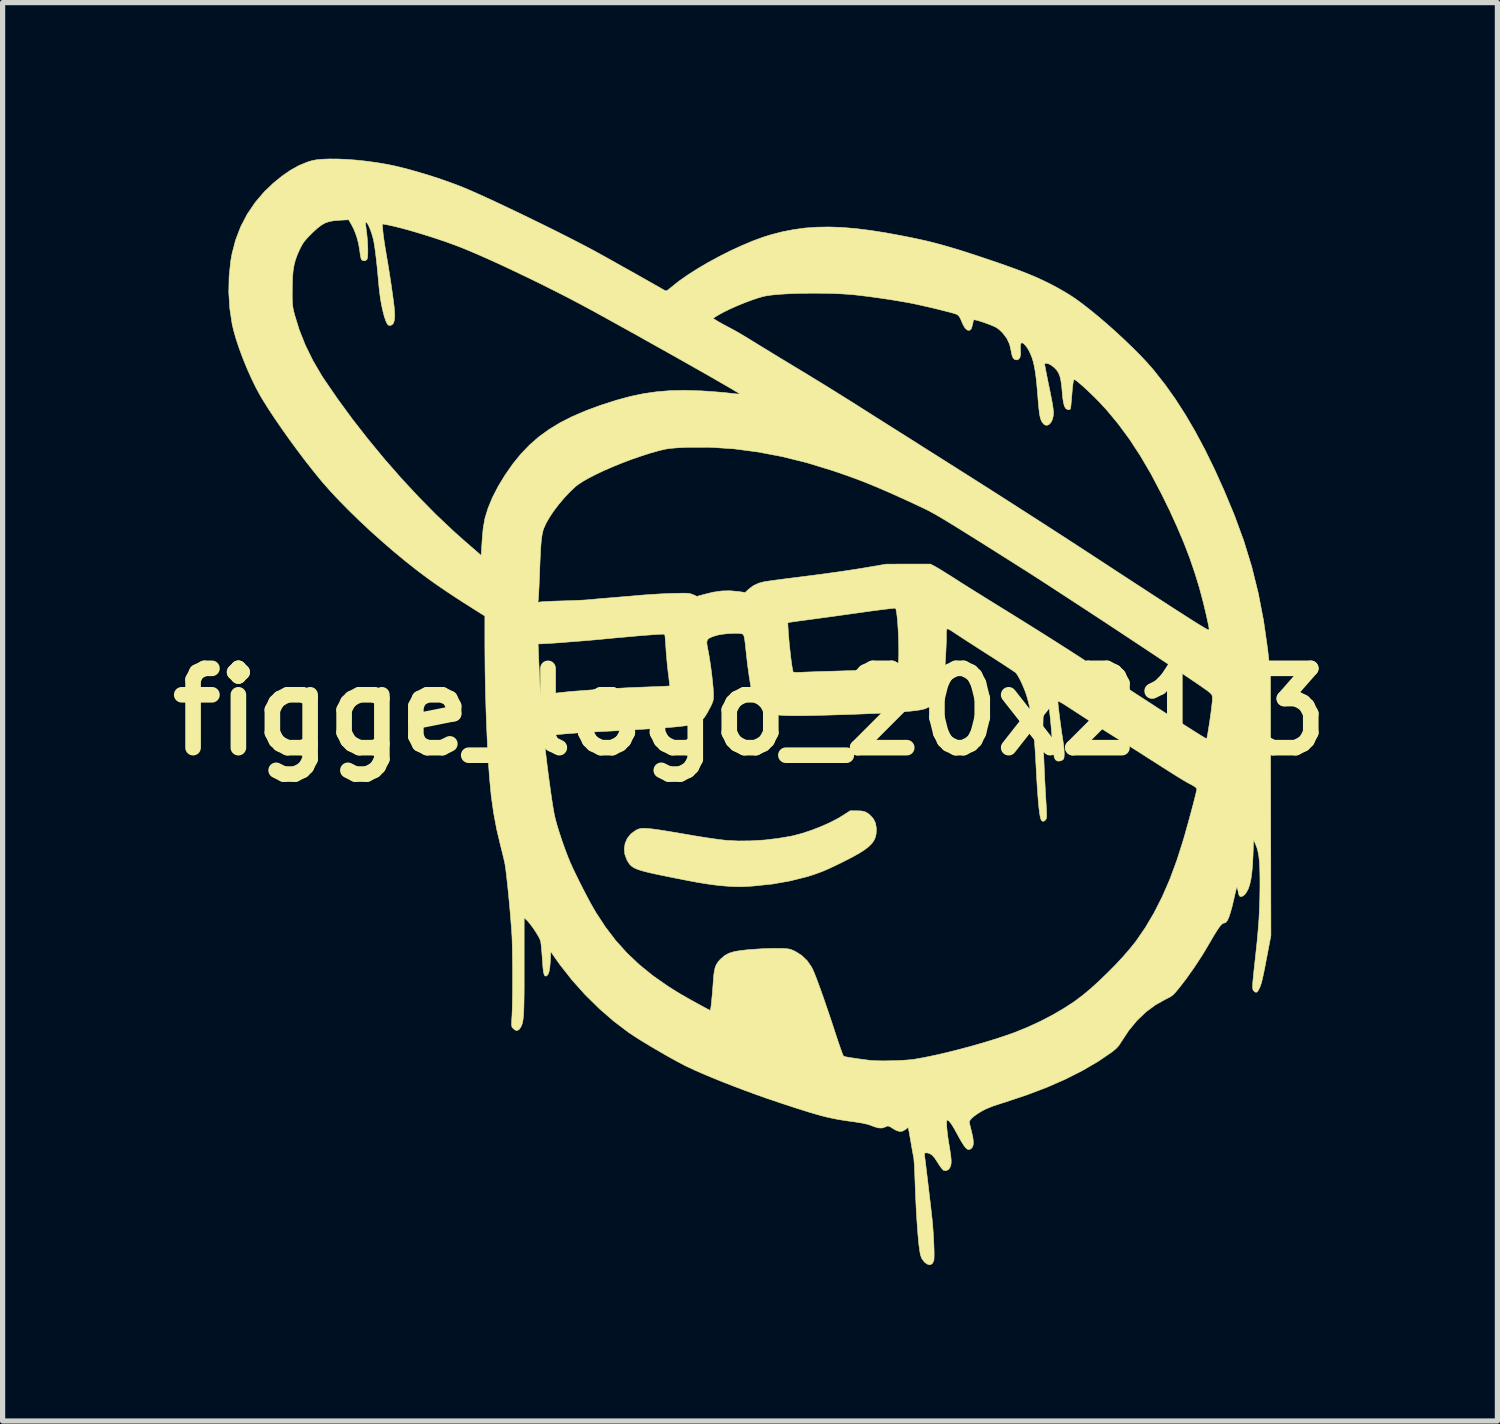
<source format=kicad_pcb>
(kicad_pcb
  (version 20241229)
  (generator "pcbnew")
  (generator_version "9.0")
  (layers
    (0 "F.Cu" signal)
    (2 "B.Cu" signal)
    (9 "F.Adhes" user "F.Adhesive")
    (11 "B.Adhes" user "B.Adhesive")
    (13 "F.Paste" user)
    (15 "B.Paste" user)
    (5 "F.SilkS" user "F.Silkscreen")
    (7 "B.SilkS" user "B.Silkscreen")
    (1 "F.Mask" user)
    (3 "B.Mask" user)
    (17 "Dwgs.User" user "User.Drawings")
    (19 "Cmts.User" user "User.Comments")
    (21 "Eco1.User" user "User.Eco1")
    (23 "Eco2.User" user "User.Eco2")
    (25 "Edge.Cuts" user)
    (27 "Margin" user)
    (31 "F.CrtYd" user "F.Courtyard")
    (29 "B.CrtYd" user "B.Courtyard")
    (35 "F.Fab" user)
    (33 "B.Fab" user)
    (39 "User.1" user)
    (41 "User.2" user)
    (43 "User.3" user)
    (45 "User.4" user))
  (footprint "figge_logo_20x21,3"
    (layer "F.Cu")
    (at 11.365 10.63)
    (property "Reference" "figge_logo_20x21,3" (at 0 0 0) (layer "F.SilkS") (effects (font (size 1.524 1.524) (thickness 0.3))))
    (attr through_hole)
    (fp_poly (pts (xy 2.127 1.905) (xy 2.186 1.914) (xy 2.233 1.932) (xy 2.278 1.962) (xy 2.303 1.983) (xy 2.37 2.055) (xy 2.41 2.135) (xy 2.427 2.23) (xy 2.428 2.273) (xy 2.424 2.346) (xy 2.408 2.414) (xy 2.38 2.476) (xy 2.337 2.536) (xy 2.276 2.595) (xy 2.196 2.656) (xy 2.094 2.721) (xy 1.968 2.791) (xy 1.816 2.869) (xy 1.738 2.908) (xy 1.608 2.971) (xy 1.5 3.021) (xy 1.405 3.062) (xy 1.316 3.096) (xy 1.228 3.127) (xy 1.133 3.158) (xy 1.091 3.17) (xy 0.772 3.25) (xy 0.434 3.31) (xy 0.083 3.347) (xy 0.047 3.35) (xy -0.05 3.356) (xy -0.126 3.36) (xy -0.189 3.362) (xy -0.249 3.361) (xy -0.316 3.359) (xy -0.393 3.355) (xy -0.502 3.347) (xy -0.616 3.336) (xy -0.738 3.321) (xy -0.872 3.301) (xy -1.023 3.276) (xy -1.194 3.244) (xy -1.389 3.206) (xy -1.533 3.177) (xy -1.704 3.142) (xy -1.847 3.112) (xy -1.965 3.085) (xy -2.061 3.06) (xy -2.138 3.037) (xy -2.198 3.014) (xy -2.245 2.989) (xy -2.282 2.962) (xy -2.312 2.932) (xy -2.337 2.897) (xy -2.361 2.856) (xy -2.364 2.851) (xy -2.405 2.744) (xy -2.417 2.636) (xy -2.401 2.531) (xy -2.359 2.433) (xy -2.291 2.349) (xy -2.21 2.288) (xy -2.183 2.272) (xy -2.156 2.259) (xy -2.128 2.25) (xy -2.095 2.243) (xy -2.056 2.24) (xy -2.007 2.24) (xy -1.946 2.245) (xy -1.871 2.253) (xy -1.78 2.265) (xy -1.668 2.282) (xy -1.535 2.304) (xy -1.377 2.33) (xy -1.192 2.362) (xy -1.077 2.382) (xy -0.953 2.402) (xy -0.826 2.422) (xy -0.703 2.44) (xy -0.592 2.455) (xy -0.5 2.466) (xy -0.456 2.471) (xy -0.225 2.483) (xy 0.024 2.48) (xy 0.281 2.464) (xy 0.536 2.434) (xy 0.778 2.393) (xy 0.834 2.381) (xy 1.004 2.336) (xy 1.185 2.276) (xy 1.367 2.205) (xy 1.541 2.127) (xy 1.698 2.045) (xy 1.779 1.996) (xy 1.924 1.903) (xy 2.046 1.903) (xy 2.127 1.905)) (stroke (width 0.01) (type solid)) (fill yes) (layer "F.SilkS"))
    (fp_poly (pts (xy -7.916 -10.624) (xy -7.74 -10.616) (xy -7.555 -10.602) (xy -7.364 -10.581) (xy -7.171 -10.554) (xy -6.98 -10.522) (xy -6.967 -10.52) (xy -6.784 -10.481) (xy -6.581 -10.43) (xy -6.365 -10.369) (xy -6.142 -10.302) (xy -5.922 -10.229) (xy -5.711 -10.154) (xy -5.516 -10.079) (xy -5.418 -10.038) (xy -5.25 -9.964) (xy -5.06 -9.878) (xy -4.853 -9.782) (xy -4.633 -9.678) (xy -4.404 -9.569) (xy -4.172 -9.456) (xy -3.941 -9.343) (xy -3.715 -9.231) (xy -3.499 -9.122) (xy -3.298 -9.019) (xy -3.116 -8.924) (xy -2.957 -8.839) (xy -2.941 -8.83) (xy -2.869 -8.79) (xy -2.776 -8.739) (xy -2.667 -8.678) (xy -2.546 -8.61) (xy -2.418 -8.538) (xy -2.285 -8.464) (xy -2.154 -8.39) (xy -2.028 -8.319) (xy -1.912 -8.253) (xy -1.809 -8.195) (xy -1.723 -8.146) (xy -1.661 -8.11) (xy -1.649 -8.103) (xy -1.627 -8.092) (xy -1.608 -8.091) (xy -1.584 -8.102) (xy -1.55 -8.129) (xy -1.515 -8.158) (xy -1.371 -8.273) (xy -1.202 -8.392) (xy -1.013 -8.513) (xy -0.809 -8.633) (xy -0.595 -8.749) (xy -0.377 -8.859) (xy -0.16 -8.959) (xy 0.051 -9.048) (xy 0.25 -9.121) (xy 0.406 -9.17) (xy 0.624 -9.226) (xy 0.841 -9.268) (xy 1.061 -9.298) (xy 1.286 -9.314) (xy 1.521 -9.318) (xy 1.768 -9.309) (xy 2.031 -9.287) (xy 2.313 -9.252) (xy 2.618 -9.204) (xy 2.862 -9.159) (xy 3.043 -9.124) (xy 3.208 -9.09) (xy 3.362 -9.056) (xy 3.512 -9.02) (xy 3.662 -8.98) (xy 3.817 -8.936) (xy 3.982 -8.887) (xy 4.164 -8.83) (xy 4.366 -8.764) (xy 4.515 -8.714) (xy 4.755 -8.633) (xy 4.968 -8.558) (xy 5.157 -8.489) (xy 5.328 -8.422) (xy 5.483 -8.358) (xy 5.625 -8.293) (xy 5.76 -8.228) (xy 5.89 -8.159) (xy 6.019 -8.086) (xy 6.126 -8.022) (xy 6.248 -7.942) (xy 6.386 -7.841) (xy 6.538 -7.723) (xy 6.698 -7.592) (xy 6.863 -7.451) (xy 7.029 -7.303) (xy 7.193 -7.151) (xy 7.35 -7) (xy 7.497 -6.853) (xy 7.63 -6.712) (xy 7.744 -6.582) (xy 7.764 -6.558) (xy 7.972 -6.294) (xy 8.173 -6.012) (xy 8.367 -5.71) (xy 8.556 -5.387) (xy 8.741 -5.041) (xy 8.923 -4.669) (xy 9.104 -4.269) (xy 9.283 -3.841) (xy 9.31 -3.775) (xy 9.488 -3.29) (xy 9.641 -2.792) (xy 9.768 -2.279) (xy 9.87 -1.751) (xy 9.948 -1.204) (xy 9.963 -1.069) (xy 10.002 -0.7) (xy 10.006 1.801) (xy 10.011 4.301) (xy 9.951 4.616) (xy 9.921 4.771) (xy 9.897 4.899) (xy 9.876 5.003) (xy 9.858 5.086) (xy 9.843 5.152) (xy 9.83 5.204) (xy 9.817 5.245) (xy 9.805 5.279) (xy 9.792 5.309) (xy 9.763 5.364) (xy 9.736 5.39) (xy 9.71 5.388) (xy 9.68 5.363) (xy 9.672 5.352) (xy 9.666 5.339) (xy 9.661 5.319) (xy 9.659 5.291) (xy 9.66 5.251) (xy 9.663 5.197) (xy 9.67 5.125) (xy 9.679 5.032) (xy 9.691 4.917) (xy 9.707 4.774) (xy 9.719 4.663) (xy 9.745 4.419) (xy 9.765 4.197) (xy 9.781 3.989) (xy 9.791 3.786) (xy 9.798 3.579) (xy 9.801 3.359) (xy 9.801 3.302) (xy 9.8 3.132) (xy 9.796 2.989) (xy 9.789 2.87) (xy 9.778 2.77) (xy 9.762 2.685) (xy 9.742 2.612) (xy 9.716 2.545) (xy 9.714 2.54) (xy 9.678 2.461) (xy 9.668 2.744) (xy 9.659 2.926) (xy 9.646 3.079) (xy 9.629 3.207) (xy 9.606 3.312) (xy 9.579 3.397) (xy 9.544 3.464) (xy 9.506 3.515) (xy 9.464 3.546) (xy 9.432 3.552) (xy 9.412 3.544) (xy 9.398 3.524) (xy 9.387 3.483) (xy 9.381 3.452) (xy 9.371 3.406) (xy 9.362 3.378) (xy 9.355 3.374) (xy 9.348 3.394) (xy 9.336 3.439) (xy 9.321 3.502) (xy 9.304 3.575) (xy 9.304 3.578) (xy 9.269 3.727) (xy 9.237 3.845) (xy 9.208 3.936) (xy 9.18 4.001) (xy 9.153 4.04) (xy 9.126 4.057) (xy 9.119 4.058) (xy 9.094 4.064) (xy 9.065 4.085) (xy 9.03 4.124) (xy 8.989 4.182) (xy 8.938 4.263) (xy 8.875 4.368) (xy 8.852 4.409) (xy 8.701 4.663) (xy 8.543 4.905) (xy 8.384 5.13) (xy 8.273 5.274) (xy 8.215 5.346) (xy 8.171 5.398) (xy 8.136 5.435) (xy 8.102 5.462) (xy 8.065 5.485) (xy 8.019 5.508) (xy 7.995 5.52) (xy 7.797 5.63) (xy 7.61 5.768) (xy 7.437 5.934) (xy 7.278 6.126) (xy 7.139 6.337) (xy 7.092 6.409) (xy 7.043 6.465) (xy 6.98 6.519) (xy 6.956 6.538) (xy 6.688 6.721) (xy 6.389 6.895) (xy 6.061 7.061) (xy 5.703 7.218) (xy 5.315 7.365) (xy 4.899 7.504) (xy 4.828 7.526) (xy 4.667 7.579) (xy 4.536 7.632) (xy 4.459 7.671) (xy 4.375 7.723) (xy 4.304 7.774) (xy 4.252 7.821) (xy 4.221 7.861) (xy 4.215 7.882) (xy 4.219 7.908) (xy 4.229 7.956) (xy 4.245 8.019) (xy 4.254 8.055) (xy 4.281 8.172) (xy 4.293 8.263) (xy 4.288 8.33) (xy 4.268 8.376) (xy 4.262 8.383) (xy 4.233 8.406) (xy 4.205 8.415) (xy 4.176 8.406) (xy 4.143 8.378) (xy 4.105 8.328) (xy 4.059 8.254) (xy 4.003 8.155) (xy 3.98 8.112) (xy 3.925 8.012) (xy 3.88 7.938) (xy 3.844 7.888) (xy 3.815 7.859) (xy 3.79 7.848) (xy 3.786 7.848) (xy 3.779 7.863) (xy 3.777 7.905) (xy 3.78 7.971) (xy 3.788 8.056) (xy 3.8 8.158) (xy 3.817 8.272) (xy 3.83 8.351) (xy 3.848 8.463) (xy 3.86 8.55) (xy 3.866 8.616) (xy 3.866 8.666) (xy 3.861 8.707) (xy 3.85 8.743) (xy 3.846 8.752) (xy 3.814 8.798) (xy 3.771 8.819) (xy 3.723 8.813) (xy 3.716 8.81) (xy 3.696 8.79) (xy 3.664 8.75) (xy 3.627 8.696) (xy 3.604 8.659) (xy 3.551 8.579) (xy 3.503 8.524) (xy 3.457 8.492) (xy 3.409 8.478) (xy 3.388 8.477) (xy 3.361 8.48) (xy 3.351 8.493) (xy 3.354 8.527) (xy 3.355 8.536) (xy 3.36 8.572) (xy 3.368 8.635) (xy 3.379 8.721) (xy 3.391 8.823) (xy 3.405 8.939) (xy 3.42 9.064) (xy 3.435 9.192) (xy 3.45 9.32) (xy 3.465 9.443) (xy 3.478 9.557) (xy 3.489 9.656) (xy 3.498 9.737) (xy 3.5 9.751) (xy 3.509 9.848) (xy 3.517 9.956) (xy 3.525 10.068) (xy 3.531 10.179) (xy 3.535 10.285) (xy 3.538 10.38) (xy 3.538 10.458) (xy 3.536 10.515) (xy 3.533 10.542) (xy 3.509 10.598) (xy 3.472 10.626) (xy 3.427 10.625) (xy 3.374 10.594) (xy 3.35 10.573) (xy 3.303 10.512) (xy 3.276 10.441) (xy 3.274 10.432) (xy 3.26 10.35) (xy 3.245 10.239) (xy 3.232 10.102) (xy 3.218 9.94) (xy 3.206 9.757) (xy 3.194 9.555) (xy 3.183 9.336) (xy 3.174 9.103) (xy 3.168 8.941) (xy 3.164 8.84) (xy 3.16 8.744) (xy 3.154 8.661) (xy 3.149 8.597) (xy 3.144 8.557) (xy 3.143 8.556) (xy 3.135 8.515) (xy 3.124 8.451) (xy 3.109 8.371) (xy 3.094 8.282) (xy 3.087 8.241) (xy 3.072 8.158) (xy 3.06 8.086) (xy 3.049 8.031) (xy 3.043 7.998) (xy 3.041 7.992) (xy 3.028 7.997) (xy 2.999 8.017) (xy 2.988 8.027) (xy 2.934 8.059) (xy 2.878 8.066) (xy 2.814 8.048) (xy 2.752 8.013) (xy 2.702 7.981) (xy 2.669 7.965) (xy 2.645 7.961) (xy 2.619 7.97) (xy 2.592 7.983) (xy 2.538 8) (xy 2.474 7.998) (xy 2.395 7.977) (xy 2.336 7.954) (xy 2.266 7.93) (xy 2.171 7.908) (xy 2.049 7.888) (xy 1.997 7.88) (xy 1.879 7.864) (xy 1.773 7.848) (xy 1.673 7.831) (xy 1.578 7.812) (xy 1.482 7.791) (xy 1.382 7.766) (xy 1.274 7.736) (xy 1.154 7.701) (xy 1.019 7.659) (xy 0.865 7.61) (xy 0.688 7.552) (xy 0.543 7.504) (xy 0.335 7.434) (xy 0.121 7.358) (xy -0.095 7.279) (xy -0.309 7.198) (xy -0.517 7.117) (xy -0.714 7.037) (xy -0.896 6.961) (xy -1.059 6.89) (xy -1.198 6.825) (xy -1.258 6.796) (xy -1.36 6.742) (xy -1.48 6.677) (xy -1.61 6.604) (xy -1.747 6.525) (xy -1.884 6.445) (xy -2.015 6.366) (xy -2.136 6.292) (xy -2.24 6.225) (xy -2.322 6.17) (xy -2.325 6.169) (xy -2.614 5.95) (xy -2.897 5.705) (xy -3.168 5.438) (xy -3.422 5.154) (xy -3.654 4.859) (xy -3.735 4.745) (xy -3.83 4.609) (xy -3.838 4.794) (xy -3.848 4.911) (xy -3.863 4.997) (xy -3.885 5.053) (xy -3.914 5.078) (xy -3.925 5.08) (xy -3.94 5.076) (xy -3.953 5.06) (xy -3.963 5.03) (xy -3.972 4.982) (xy -3.98 4.911) (xy -3.987 4.816) (xy -3.993 4.734) (xy -4 4.64) (xy -4.007 4.552) (xy -4.015 4.478) (xy -4.022 4.423) (xy -4.027 4.4) (xy -4.046 4.355) (xy -4.079 4.294) (xy -4.123 4.223) (xy -4.172 4.151) (xy -4.222 4.084) (xy -4.266 4.03) (xy -4.284 4.011) (xy -4.341 3.957) (xy -4.341 4.885) (xy -4.341 5.095) (xy -4.341 5.275) (xy -4.342 5.429) (xy -4.344 5.559) (xy -4.346 5.668) (xy -4.349 5.757) (xy -4.354 5.83) (xy -4.359 5.889) (xy -4.366 5.937) (xy -4.374 5.976) (xy -4.383 6.008) (xy -4.395 6.037) (xy -4.404 6.057) (xy -4.439 6.107) (xy -4.477 6.127) (xy -4.519 6.115) (xy -4.563 6.076) (xy -4.574 6.06) (xy -4.581 6.037) (xy -4.583 6.002) (xy -4.581 5.947) (xy -4.577 5.869) (xy -4.576 5.859) (xy -4.572 5.778) (xy -4.569 5.671) (xy -4.566 5.543) (xy -4.564 5.399) (xy -4.563 5.243) (xy -4.563 5.082) (xy -4.563 4.92) (xy -4.565 4.762) (xy -4.567 4.614) (xy -4.57 4.48) (xy -4.573 4.366) (xy -4.576 4.301) (xy -4.582 4.204) (xy -4.591 4.087) (xy -4.601 3.957) (xy -4.613 3.817) (xy -4.626 3.673) (xy -4.64 3.528) (xy -4.654 3.388) (xy -4.668 3.257) (xy -4.681 3.14) (xy -4.693 3.041) (xy -4.704 2.966) (xy -4.71 2.925) (xy -4.723 2.864) (xy -4.742 2.783) (xy -4.764 2.692) (xy -4.787 2.601) (xy -4.789 2.595) (xy -4.867 2.268) (xy -4.928 1.945) (xy -4.974 1.617) (xy -5.007 1.27) (xy -5.008 1.257) (xy -5.029 0.959) (xy -5.047 0.635) (xy -5.053 0.49) (xy -3.954 0.49) (xy -3.952 0.536) (xy -3.946 0.606) (xy -3.937 0.696) (xy -3.926 0.803) (xy -3.912 0.923) (xy -3.896 1.052) (xy -3.879 1.187) (xy -3.861 1.323) (xy -3.842 1.459) (xy -3.824 1.589) (xy -3.806 1.71) (xy -3.789 1.819) (xy -3.773 1.911) (xy -3.76 1.984) (xy -3.757 1.996) (xy -3.733 2.094) (xy -3.699 2.214) (xy -3.657 2.348) (xy -3.61 2.489) (xy -3.56 2.63) (xy -3.51 2.763) (xy -3.462 2.881) (xy -3.453 2.902) (xy -3.405 3.008) (xy -3.346 3.131) (xy -3.28 3.266) (xy -3.21 3.404) (xy -3.139 3.54) (xy -3.072 3.666) (xy -3.01 3.776) (xy -2.965 3.853) (xy -2.78 4.136) (xy -2.581 4.397) (xy -2.364 4.638) (xy -2.127 4.862) (xy -1.867 5.073) (xy -1.581 5.273) (xy -1.406 5.383) (xy -1.34 5.423) (xy -1.262 5.467) (xy -1.178 5.516) (xy -1.091 5.564) (xy -1.006 5.611) (xy -0.928 5.654) (xy -0.86 5.691) (xy -0.807 5.719) (xy -0.773 5.735) (xy -0.763 5.738) (xy -0.758 5.719) (xy -0.751 5.674) (xy -0.743 5.607) (xy -0.735 5.525) (xy -0.726 5.431) (xy -0.718 5.332) (xy -0.71 5.231) (xy -0.708 5.194) (xy -0.699 5.079) (xy -0.687 4.989) (xy -0.671 4.918) (xy -0.649 4.861) (xy -0.617 4.812) (xy -0.576 4.763) (xy -0.561 4.749) (xy -0.488 4.686) (xy -0.409 4.642) (xy -0.313 4.612) (xy -0.253 4.6) (xy -0.156 4.586) (xy -0.037 4.573) (xy 0.096 4.563) (xy 0.234 4.554) (xy 0.37 4.549) (xy 0.493 4.547) (xy 0.567 4.547) (xy 0.651 4.55) (xy 0.712 4.554) (xy 0.757 4.561) (xy 0.797 4.573) (xy 0.838 4.59) (xy 0.871 4.606) (xy 0.992 4.682) (xy 1.097 4.783) (xy 1.18 4.902) (xy 1.202 4.945) (xy 1.231 5.01) (xy 1.268 5.102) (xy 1.311 5.218) (xy 1.361 5.355) (xy 1.416 5.51) (xy 1.474 5.68) (xy 1.536 5.861) (xy 1.599 6.051) (xy 1.634 6.159) (xy 1.671 6.272) (xy 1.706 6.375) (xy 1.737 6.465) (xy 1.763 6.537) (xy 1.783 6.589) (xy 1.795 6.615) (xy 1.797 6.617) (xy 1.812 6.624) (xy 1.842 6.632) (xy 1.892 6.641) (xy 1.962 6.652) (xy 2.057 6.666) (xy 2.177 6.683) (xy 2.304 6.699) (xy 2.375 6.705) (xy 2.469 6.708) (xy 2.581 6.709) (xy 2.702 6.707) (xy 2.826 6.704) (xy 2.945 6.698) (xy 3.052 6.69) (xy 3.14 6.681) (xy 3.166 6.677) (xy 3.355 6.643) (xy 3.566 6.599) (xy 3.792 6.547) (xy 4.029 6.487) (xy 4.268 6.423) (xy 4.503 6.355) (xy 4.728 6.286) (xy 4.936 6.217) (xy 5.088 6.163) (xy 5.334 6.063) (xy 5.577 5.951) (xy 5.812 5.829) (xy 6.032 5.701) (xy 6.233 5.57) (xy 6.393 5.45) (xy 6.545 5.323) (xy 6.703 5.18) (xy 6.863 5.026) (xy 7.019 4.869) (xy 7.165 4.712) (xy 7.296 4.561) (xy 7.408 4.422) (xy 7.416 4.412) (xy 7.597 4.149) (xy 7.766 3.863) (xy 7.923 3.554) (xy 8.069 3.218) (xy 8.203 2.856) (xy 8.326 2.469) (xy 8.357 2.363) (xy 8.389 2.247) (xy 8.423 2.127) (xy 8.456 2.006) (xy 8.488 1.888) (xy 8.517 1.778) (xy 8.542 1.68) (xy 8.563 1.597) (xy 8.578 1.534) (xy 8.586 1.496) (xy 8.587 1.487) (xy 8.579 1.465) (xy 8.551 1.441) (xy 8.499 1.41) (xy 8.471 1.395) (xy 8.435 1.376) (xy 8.395 1.354) (xy 8.348 1.327) (xy 8.292 1.293) (xy 8.225 1.252) (xy 8.143 1.201) (xy 8.045 1.139) (xy 7.928 1.065) (xy 7.79 0.976) (xy 7.628 0.873) (xy 7.612 0.863) (xy 7.502 0.792) (xy 7.378 0.714) (xy 7.253 0.635) (xy 7.133 0.56) (xy 7.031 0.496) (xy 7.03 0.496) (xy 6.939 0.439) (xy 6.828 0.369) (xy 6.706 0.291) (xy 6.581 0.21) (xy 6.458 0.131) (xy 6.378 0.079) (xy 6.257 -0.000118) (xy 6.16 -0.063) (xy 6.084 -0.112) (xy 6.026 -0.149) (xy 5.984 -0.174) (xy 5.955 -0.19) (xy 5.936 -0.199) (xy 5.925 -0.201) (xy 5.919 -0.199) (xy 5.918 -0.199) (xy 5.918 -0.181) (xy 5.921 -0.138) (xy 5.928 -0.073) (xy 5.938 0.008) (xy 5.949 0.1) (xy 5.962 0.199) (xy 5.976 0.299) (xy 5.989 0.396) (xy 6.003 0.484) (xy 6.015 0.559) (xy 6.017 0.574) (xy 6.029 0.656) (xy 6.036 0.737) (xy 6.039 0.81) (xy 6.036 0.869) (xy 6.029 0.904) (xy 6.027 0.907) (xy 6.005 0.926) (xy 5.971 0.943) (xy 5.918 0.949) (xy 5.875 0.927) (xy 5.85 0.886) (xy 5.844 0.859) (xy 5.836 0.806) (xy 5.828 0.731) (xy 5.818 0.64) (xy 5.809 0.538) (xy 5.803 0.474) (xy 5.787 0.287) (xy 5.772 0.13) (xy 5.758 0.004) (xy 5.745 -0.094) (xy 5.733 -0.164) (xy 5.731 -0.171) (xy 5.72 -0.196) (xy 5.706 -0.19) (xy 5.687 -0.153) (xy 5.665 -0.086) (xy 5.66 -0.069) (xy 5.647 -0.013) (xy 5.638 0.047) (xy 5.633 0.12) (xy 5.631 0.213) (xy 5.63 0.277) (xy 5.632 0.401) (xy 5.635 0.55) (xy 5.64 0.72) (xy 5.647 0.905) (xy 5.655 1.1) (xy 5.664 1.299) (xy 5.675 1.496) (xy 5.685 1.675) (xy 5.692 1.793) (xy 5.697 1.883) (xy 5.7 1.95) (xy 5.7 1.998) (xy 5.698 2.032) (xy 5.693 2.054) (xy 5.686 2.069) (xy 5.684 2.072) (xy 5.653 2.102) (xy 5.621 2.103) (xy 5.602 2.088) (xy 5.589 2.062) (xy 5.577 2.016) (xy 5.565 1.948) (xy 5.554 1.857) (xy 5.542 1.742) (xy 5.531 1.6) (xy 5.519 1.431) (xy 5.507 1.234) (xy 5.496 1.024) (xy 5.484 0.806) (xy 5.471 0.616) (xy 5.457 0.448) (xy 5.441 0.298) (xy 5.423 0.163) (xy 5.401 0.037) (xy 5.376 -0.083) (xy 5.347 -0.202) (xy 5.322 -0.291) (xy 5.297 -0.37) (xy 5.263 -0.456) (xy 5.226 -0.543) (xy 5.187 -0.623) (xy 5.15 -0.69) (xy 5.118 -0.738) (xy 5.106 -0.752) (xy 5.085 -0.767) (xy 5.041 -0.797) (xy 4.977 -0.839) (xy 4.896 -0.893) (xy 4.8 -0.955) (xy 4.694 -1.024) (xy 4.58 -1.097) (xy 4.561 -1.109) (xy 4.442 -1.185) (xy 4.326 -1.26) (xy 4.218 -1.329) (xy 4.121 -1.392) (xy 4.04 -1.445) (xy 3.977 -1.486) (xy 3.937 -1.512) (xy 3.936 -1.513) (xy 3.868 -1.558) (xy 3.822 -1.586) (xy 3.795 -1.594) (xy 3.78 -1.582) (xy 3.775 -1.547) (xy 3.774 -1.488) (xy 3.774 -1.46) (xy 3.773 -1.371) (xy 3.769 -1.261) (xy 3.763 -1.137) (xy 3.756 -1.008) (xy 3.748 -0.882) (xy 3.74 -0.767) (xy 3.731 -0.671) (xy 3.727 -0.629) (xy 3.701 -0.475) (xy 3.664 -0.348) (xy 3.613 -0.246) (xy 3.547 -0.165) (xy 3.463 -0.103) (xy 3.361 -0.057) (xy 3.358 -0.056) (xy 3.297 -0.041) (xy 3.205 -0.026) (xy 3.081 -0.012) (xy 2.926 0.001) (xy 2.74 0.014) (xy 2.524 0.026) (xy 2.276 0.037) (xy 1.997 0.048) (xy 1.687 0.058) (xy 1.454 0.065) (xy 1.248 0.07) (xy 1.071 0.074) (xy 0.92 0.075) (xy 0.793 0.075) (xy 0.686 0.072) (xy 0.598 0.067) (xy 0.526 0.059) (xy 0.466 0.049) (xy 0.417 0.037) (xy 0.376 0.021) (xy 0.349 0.008) (xy 0.266 -0.045) (xy 0.188 -0.109) (xy 0.124 -0.176) (xy 0.081 -0.239) (xy 0.08 -0.242) (xy 0.056 -0.305) (xy 0.032 -0.4) (xy 0.008 -0.526) (xy -0.017 -0.684) (xy -0.043 -0.872) (xy -0.069 -1.092) (xy -0.086 -1.25) (xy -0.096 -1.342) (xy -0.106 -1.408) (xy -0.115 -1.451) (xy -0.126 -1.478) (xy -0.137 -1.491) (xy -0.169 -1.502) (xy -0.225 -1.508) (xy -0.298 -1.509) (xy -0.381 -1.505) (xy -0.467 -1.498) (xy -0.55 -1.488) (xy -0.622 -1.474) (xy -0.661 -1.463) (xy -0.733 -1.439) (xy -0.783 -1.416) (xy -0.814 -1.39) (xy -0.829 -1.355) (xy -0.829 -1.306) (xy -0.818 -1.235) (xy -0.803 -1.162) (xy -0.786 -1.067) (xy -0.768 -0.954) (xy -0.75 -0.83) (xy -0.734 -0.703) (xy -0.721 -0.58) (xy -0.71 -0.47) (xy -0.704 -0.38) (xy -0.703 -0.347) (xy -0.703 -0.283) (xy -0.706 -0.235) (xy -0.716 -0.194) (xy -0.735 -0.147) (xy -0.765 -0.085) (xy -0.769 -0.079) (xy -0.825 0.025) (xy -0.875 0.104) (xy -0.926 0.161) (xy -0.982 0.202) (xy -1.049 0.231) (xy -1.131 0.251) (xy -1.172 0.258) (xy -1.23 0.267) (xy -1.299 0.276) (xy -1.379 0.285) (xy -1.474 0.294) (xy -1.584 0.303) (xy -1.711 0.312) (xy -1.857 0.322) (xy -2.025 0.333) (xy -2.216 0.344) (xy -2.431 0.357) (xy -2.674 0.37) (xy -2.945 0.384) (xy -3.098 0.393) (xy -3.21 0.399) (xy -3.327 0.407) (xy -3.446 0.416) (xy -3.562 0.425) (xy -3.67 0.435) (xy -3.767 0.445) (xy -3.848 0.454) (xy -3.908 0.462) (xy -3.944 0.468) (xy -3.951 0.471) (xy -3.954 0.49) (xy -5.053 0.49) (xy -5.062 0.293) (xy -5.075 -0.061) (xy -5.085 -0.42) (xy -5.092 -0.778) (xy -5.095 -1.128) (xy -5.096 -1.292) (xy -5.096 -1.305) (xy -4.073 -1.305) (xy -4.064 -1.089) (xy -4.057 -0.913) (xy -4.05 -0.765) (xy -4.045 -0.645) (xy -4.04 -0.548) (xy -4.036 -0.473) (xy -4.032 -0.416) (xy -4.029 -0.377) (xy -4.026 -0.352) (xy -4.023 -0.339) (xy -4.022 -0.336) (xy -4.001 -0.331) (xy -3.951 -0.332) (xy -3.87 -0.34) (xy -3.816 -0.348) (xy -3.715 -0.361) (xy -3.599 -0.374) (xy -3.486 -0.386) (xy -3.418 -0.392) (xy -2.877 -0.433) (xy -2.308 -0.464) (xy -2.052 -0.474) (xy -1.93 -0.479) (xy -1.818 -0.483) (xy -1.72 -0.487) (xy -1.641 -0.491) (xy -1.583 -0.494) (xy -1.55 -0.495) (xy -1.545 -0.496) (xy -1.545 -0.512) (xy -1.549 -0.554) (xy -1.556 -0.616) (xy -1.565 -0.694) (xy -1.573 -0.753) (xy -1.586 -0.865) (xy -1.598 -0.99) (xy -1.609 -1.115) (xy -1.617 -1.226) (xy -1.618 -1.243) (xy -1.623 -1.326) (xy -1.629 -1.398) (xy -1.634 -1.452) (xy -1.639 -1.484) (xy -1.641 -1.489) (xy -1.661 -1.492) (xy -1.71 -1.491) (xy -1.789 -1.487) (xy -1.896 -1.479) (xy -2.029 -1.469) (xy -2.188 -1.456) (xy -2.371 -1.439) (xy -2.578 -1.421) (xy -2.798 -1.4) (xy -2.922 -1.388) (xy -3.056 -1.376) (xy -3.197 -1.364) (xy -3.34 -1.353) (xy -3.481 -1.342) (xy -3.616 -1.331) (xy -3.74 -1.322) (xy -3.849 -1.315) (xy -3.939 -1.31) (xy -4.005 -1.306) (xy -4.037 -1.305) (xy -4.073 -1.305) (xy -5.096 -1.305) (xy -5.096 -1.713) (xy 0.725 -1.713) (xy 0.733 -1.576) (xy 0.739 -1.484) (xy 0.748 -1.381) (xy 0.758 -1.273) (xy 0.77 -1.163) (xy 0.782 -1.058) (xy 0.794 -0.961) (xy 0.806 -0.878) (xy 0.817 -0.815) (xy 0.826 -0.774) (xy 0.829 -0.765) (xy 0.848 -0.76) (xy 0.891 -0.757) (xy 0.951 -0.758) (xy 1.013 -0.76) (xy 1.068 -0.763) (xy 1.151 -0.766) (xy 1.255 -0.77) (xy 1.377 -0.774) (xy 1.511 -0.778) (xy 1.653 -0.782) (xy 1.798 -0.786) (xy 1.809 -0.787) (xy 1.955 -0.791) (xy 2.101 -0.795) (xy 2.24 -0.8) (xy 2.368 -0.804) (xy 2.479 -0.808) (xy 2.569 -0.812) (xy 2.633 -0.815) (xy 2.634 -0.815) (xy 2.839 -0.826) (xy 2.852 -0.952) (xy 2.857 -1.027) (xy 2.859 -1.119) (xy 2.859 -1.225) (xy 2.857 -1.339) (xy 2.853 -1.456) (xy 2.847 -1.573) (xy 2.84 -1.683) (xy 2.832 -1.784) (xy 2.822 -1.87) (xy 2.812 -1.937) (xy 2.802 -1.979) (xy 2.795 -1.991) (xy 2.778 -1.991) (xy 2.733 -1.987) (xy 2.663 -1.979) (xy 2.572 -1.968) (xy 2.462 -1.954) (xy 2.337 -1.938) (xy 2.201 -1.919) (xy 2.104 -1.905) (xy 1.947 -1.883) (xy 1.788 -1.861) (xy 1.633 -1.839) (xy 1.485 -1.819) (xy 1.351 -1.801) (xy 1.237 -1.785) (xy 1.146 -1.773) (xy 1.125 -1.77) (xy 1.028 -1.757) (xy 0.938 -1.745) (xy 0.863 -1.734) (xy 0.806 -1.726) (xy 0.775 -1.722) (xy 0.725 -1.713) (xy -5.096 -1.713) (xy -5.096 -1.841) (xy -5.178 -1.892) (xy -5.374 -2.016) (xy -5.513 -2.104) (xy -4.075 -2.104) (xy -4.015 -2.113) (xy -3.983 -2.116) (xy -3.924 -2.119) (xy -3.844 -2.123) (xy -3.749 -2.127) (xy -3.644 -2.13) (xy -3.586 -2.132) (xy -3.472 -2.135) (xy -3.359 -2.139) (xy -3.256 -2.144) (xy -3.168 -2.149) (xy -3.101 -2.154) (xy -3.083 -2.155) (xy -3.023 -2.161) (xy -2.94 -2.169) (xy -2.842 -2.178) (xy -2.736 -2.186) (xy -2.642 -2.194) (xy -2.523 -2.204) (xy -2.391 -2.215) (xy -2.26 -2.226) (xy -2.14 -2.237) (xy -2.076 -2.242) (xy -1.972 -2.25) (xy -1.849 -2.258) (xy -1.716 -2.266) (xy -1.585 -2.272) (xy -1.494 -2.275) (xy -1.385 -2.278) (xy -1.301 -2.279) (xy -1.24 -2.279) (xy -1.194 -2.277) (xy -1.16 -2.272) (xy -1.132 -2.265) (xy -1.106 -2.255) (xy -1.096 -2.251) (xy -1.02 -2.218) (xy -0.884 -2.256) (xy -0.707 -2.299) (xy -0.545 -2.322) (xy -0.388 -2.326) (xy -0.227 -2.312) (xy -0.213 -2.31) (xy -0.094 -2.292) (xy -0.023 -2.358) (xy 0.066 -2.425) (xy 0.169 -2.472) (xy 0.269 -2.499) (xy 0.302 -2.504) (xy 0.363 -2.513) (xy 0.448 -2.525) (xy 0.553 -2.539) (xy 0.675 -2.555) (xy 0.809 -2.572) (xy 0.953 -2.59) (xy 1.054 -2.603) (xy 1.22 -2.624) (xy 1.394 -2.647) (xy 1.569 -2.671) (xy 1.741 -2.695) (xy 1.901 -2.719) (xy 2.044 -2.741) (xy 2.163 -2.76) (xy 2.186 -2.764) (xy 2.619 -2.838) (xy 3.043 -2.839) (xy 3.468 -2.839) (xy 3.554 -2.793) (xy 3.593 -2.772) (xy 3.653 -2.736) (xy 3.729 -2.689) (xy 3.815 -2.635) (xy 3.908 -2.577) (xy 3.948 -2.551) (xy 4.039 -2.492) (xy 4.152 -2.421) (xy 4.278 -2.342) (xy 4.413 -2.258) (xy 4.549 -2.173) (xy 4.68 -2.092) (xy 4.726 -2.063) (xy 5.041 -1.869) (xy 5.333 -1.687) (xy 5.608 -1.515) (xy 5.872 -1.348) (xy 6.129 -1.184) (xy 6.385 -1.019) (xy 6.644 -0.85) (xy 6.881 -0.695) (xy 7.035 -0.593) (xy 7.195 -0.488) (xy 7.358 -0.382) (xy 7.522 -0.276) (xy 7.685 -0.17) (xy 7.844 -0.067) (xy 7.998 0.032) (xy 8.144 0.125) (xy 8.281 0.212) (xy 8.405 0.291) (xy 8.515 0.361) (xy 8.608 0.419) (xy 8.683 0.466) (xy 8.737 0.498) (xy 8.769 0.516) (xy 8.775 0.519) (xy 8.781 0.504) (xy 8.789 0.463) (xy 8.801 0.399) (xy 8.814 0.317) (xy 8.829 0.222) (xy 8.836 0.177) (xy 8.851 0.071) (xy 8.865 -0.029) (xy 8.875 -0.118) (xy 8.883 -0.19) (xy 8.886 -0.238) (xy 8.886 -0.247) (xy 8.885 -0.292) (xy 8.877 -0.323) (xy 8.858 -0.349) (xy 8.821 -0.381) (xy 8.803 -0.395) (xy 8.769 -0.421) (xy 8.709 -0.462) (xy 8.628 -0.519) (xy 8.526 -0.588) (xy 8.405 -0.67) (xy 8.268 -0.762) (xy 8.116 -0.864) (xy 7.952 -0.973) (xy 7.777 -1.09) (xy 7.593 -1.212) (xy 7.403 -1.338) (xy 7.208 -1.467) (xy 7.01 -1.598) (xy 6.811 -1.729) (xy 6.613 -1.859) (xy 6.419 -1.986) (xy 6.229 -2.11) (xy 6.047 -2.229) (xy 5.873 -2.342) (xy 5.711 -2.448) (xy 5.561 -2.545) (xy 5.427 -2.631) (xy 5.309 -2.707) (xy 5.261 -2.737) (xy 5.011 -2.895) (xy 4.786 -3.037) (xy 4.585 -3.164) (xy 4.405 -3.277) (xy 4.245 -3.377) (xy 4.104 -3.465) (xy 3.979 -3.543) (xy 3.87 -3.61) (xy 3.775 -3.668) (xy 3.692 -3.718) (xy 3.619 -3.761) (xy 3.555 -3.798) (xy 3.498 -3.829) (xy 3.447 -3.857) (xy 3.4 -3.881) (xy 3.355 -3.903) (xy 3.311 -3.924) (xy 3.303 -3.928) (xy 3.068 -4.038) (xy 2.857 -4.134) (xy 2.665 -4.22) (xy 2.489 -4.296) (xy 2.324 -4.365) (xy 2.167 -4.428) (xy 2.012 -4.487) (xy 1.856 -4.543) (xy 1.695 -4.599) (xy 1.57 -4.641) (xy 1.089 -4.788) (xy 0.616 -4.905) (xy 0.152 -4.993) (xy -0.301 -5.053) (xy -0.745 -5.083) (xy -1.178 -5.084) (xy -1.258 -5.081) (xy -1.374 -5.075) (xy -1.466 -5.068) (xy -1.542 -5.061) (xy -1.609 -5.051) (xy -1.674 -5.037) (xy -1.746 -5.02) (xy -1.746 -5.02) (xy -1.916 -4.972) (xy -2.094 -4.915) (xy -2.276 -4.852) (xy -2.456 -4.784) (xy -2.633 -4.712) (xy -2.801 -4.639) (xy -2.956 -4.566) (xy -3.095 -4.495) (xy -3.215 -4.427) (xy -3.309 -4.364) (xy -3.353 -4.33) (xy -3.462 -4.227) (xy -3.571 -4.111) (xy -3.676 -3.987) (xy -3.772 -3.861) (xy -3.855 -3.737) (xy -3.921 -3.621) (xy -3.962 -3.53) (xy -3.978 -3.483) (xy -3.991 -3.429) (xy -4.002 -3.365) (xy -4.012 -3.287) (xy -4.02 -3.191) (xy -4.027 -3.075) (xy -4.034 -2.935) (xy -4.041 -2.767) (xy -4.042 -2.744) (xy -4.046 -2.623) (xy -4.051 -2.506) (xy -4.055 -2.401) (xy -4.06 -2.311) (xy -4.063 -2.243) (xy -4.066 -2.199) (xy -4.067 -2.196) (xy -4.075 -2.104) (xy -5.513 -2.104) (xy -5.547 -2.126) (xy -5.701 -2.226) (xy -5.838 -2.317) (xy -5.964 -2.403) (xy -6.082 -2.485) (xy -6.196 -2.567) (xy -6.309 -2.651) (xy -6.394 -2.715) (xy -6.611 -2.886) (xy -6.834 -3.07) (xy -7.059 -3.264) (xy -7.282 -3.463) (xy -7.498 -3.665) (xy -7.704 -3.865) (xy -7.896 -4.06) (xy -8.07 -4.246) (xy -8.222 -4.419) (xy -8.244 -4.445) (xy -8.392 -4.627) (xy -8.545 -4.821) (xy -8.698 -5.024) (xy -8.849 -5.229) (xy -8.993 -5.433) (xy -9.129 -5.63) (xy -9.252 -5.816) (xy -9.359 -5.987) (xy -9.411 -6.074) (xy -9.498 -6.234) (xy -9.584 -6.411) (xy -9.668 -6.599) (xy -9.747 -6.793) (xy -9.818 -6.984) (xy -9.879 -7.168) (xy -9.927 -7.337) (xy -9.954 -7.455) (xy -9.999 -7.754) (xy -10.015 -8.007) (xy -8.799 -8.007) (xy -8.798 -7.924) (xy -8.795 -7.858) (xy -8.79 -7.803) (xy -8.782 -7.753) (xy -8.771 -7.701) (xy -8.755 -7.639) (xy -8.755 -7.636) (xy -8.664 -7.341) (xy -8.546 -7.044) (xy -8.402 -6.751) (xy -8.237 -6.469) (xy -8.198 -6.408) (xy -7.93 -6.017) (xy -7.643 -5.625) (xy -7.339 -5.236) (xy -7.023 -4.853) (xy -6.698 -4.482) (xy -6.368 -4.127) (xy -6.036 -3.79) (xy -5.706 -3.478) (xy -5.497 -3.291) (xy -5.167 -3.005) (xy -5.155 -3.197) (xy -5.149 -3.291) (xy -5.141 -3.392) (xy -5.133 -3.485) (xy -5.127 -3.538) (xy -5.094 -3.722) (xy -5.033 -3.919) (xy -4.947 -4.126) (xy -4.835 -4.342) (xy -4.705 -4.554) (xy -4.557 -4.766) (xy -4.402 -4.956) (xy -4.237 -5.128) (xy -4.06 -5.283) (xy -3.866 -5.424) (xy -3.653 -5.554) (xy -3.419 -5.673) (xy -3.159 -5.785) (xy -2.872 -5.891) (xy -2.85 -5.898) (xy -2.567 -5.989) (xy -2.3 -6.061) (xy -2.044 -6.115) (xy -1.79 -6.151) (xy -1.532 -6.172) (xy -1.262 -6.178) (xy -0.974 -6.169) (xy -0.956 -6.169) (xy -0.839 -6.162) (xy -0.717 -6.153) (xy -0.599 -6.144) (xy -0.495 -6.135) (xy -0.412 -6.126) (xy -0.404 -6.125) (xy -0.327 -6.116) (xy -0.263 -6.11) (xy -0.217 -6.107) (xy -0.195 -6.107) (xy -0.194 -6.107) (xy -0.206 -6.117) (xy -0.243 -6.14) (xy -0.304 -6.176) (xy -0.386 -6.225) (xy -0.488 -6.284) (xy -0.608 -6.353) (xy -0.743 -6.431) (xy -0.892 -6.516) (xy -1.053 -6.607) (xy -1.224 -6.704) (xy -1.403 -6.805) (xy -1.588 -6.909) (xy -1.776 -7.014) (xy -1.967 -7.121) (xy -2.157 -7.228) (xy -2.346 -7.333) (xy -2.531 -7.435) (xy -2.709 -7.534) (xy -2.759 -7.562) (xy -0.712 -7.562) (xy -0.635 -7.514) (xy -0.59 -7.487) (xy -0.526 -7.451) (xy -0.451 -7.411) (xy -0.385 -7.376) (xy -0.302 -7.332) (xy -0.204 -7.276) (xy -0.106 -7.218) (xy -0.024 -7.168) (xy 0.036 -7.131) (xy 0.117 -7.081) (xy 0.216 -7.02) (xy 0.328 -6.952) (xy 0.447 -6.879) (xy 0.57 -6.804) (xy 0.653 -6.754) (xy 0.861 -6.628) (xy 1.047 -6.516) (xy 1.215 -6.413) (xy 1.371 -6.318) (xy 1.519 -6.227) (xy 1.663 -6.137) (xy 1.809 -6.046) (xy 1.961 -5.951) (xy 2.123 -5.848) (xy 2.194 -5.803) (xy 2.298 -5.737) (xy 2.424 -5.657) (xy 2.569 -5.566) (xy 2.728 -5.465) (xy 2.896 -5.359) (xy 3.071 -5.249) (xy 3.246 -5.138) (xy 3.419 -5.028) (xy 3.554 -4.943) (xy 4.095 -4.601) (xy 4.615 -4.271) (xy 5.118 -3.949) (xy 5.612 -3.632) (xy 6.101 -3.316) (xy 6.591 -2.997) (xy 6.724 -2.91) (xy 7.019 -2.717) (xy 7.289 -2.541) (xy 7.534 -2.381) (xy 7.755 -2.237) (xy 7.953 -2.109) (xy 8.128 -1.995) (xy 8.282 -1.897) (xy 8.414 -1.812) (xy 8.526 -1.741) (xy 8.618 -1.683) (xy 8.692 -1.638) (xy 8.747 -1.605) (xy 8.785 -1.584) (xy 8.806 -1.574) (xy 8.81 -1.573) (xy 8.822 -1.585) (xy 8.823 -1.593) (xy 8.82 -1.621) (xy 8.81 -1.673) (xy 8.794 -1.746) (xy 8.775 -1.833) (xy 8.753 -1.93) (xy 8.728 -2.031) (xy 8.712 -2.1) (xy 8.634 -2.392) (xy 8.546 -2.678) (xy 8.448 -2.964) (xy 8.336 -3.254) (xy 8.209 -3.553) (xy 8.066 -3.867) (xy 7.912 -4.181) (xy 7.712 -4.562) (xy 7.506 -4.914) (xy 7.295 -5.237) (xy 7.077 -5.533) (xy 6.852 -5.804) (xy 6.708 -5.959) (xy 6.632 -6.036) (xy 6.553 -6.113) (xy 6.476 -6.186) (xy 6.403 -6.253) (xy 6.339 -6.309) (xy 6.287 -6.352) (xy 6.25 -6.378) (xy 6.234 -6.385) (xy 6.225 -6.38) (xy 6.217 -6.363) (xy 6.21 -6.33) (xy 6.203 -6.278) (xy 6.195 -6.203) (xy 6.186 -6.101) (xy 6.181 -6.034) (xy 6.174 -5.957) (xy 6.168 -5.891) (xy 6.162 -5.843) (xy 6.157 -5.819) (xy 6.156 -5.818) (xy 6.132 -5.804) (xy 6.098 -5.81) (xy 6.066 -5.831) (xy 6.043 -5.873) (xy 6.024 -5.942) (xy 6.009 -6.041) (xy 6.001 -6.134) (xy 5.989 -6.264) (xy 5.974 -6.368) (xy 5.955 -6.45) (xy 5.928 -6.516) (xy 5.892 -6.57) (xy 5.846 -6.617) (xy 5.801 -6.653) (xy 5.752 -6.682) (xy 5.708 -6.697) (xy 5.676 -6.698) (xy 5.662 -6.683) (xy 5.662 -6.68) (xy 5.665 -6.66) (xy 5.674 -6.613) (xy 5.687 -6.545) (xy 5.704 -6.46) (xy 5.723 -6.363) (xy 5.733 -6.315) (xy 5.763 -6.171) (xy 5.786 -6.054) (xy 5.804 -5.961) (xy 5.817 -5.887) (xy 5.825 -5.829) (xy 5.83 -5.783) (xy 5.832 -5.746) (xy 5.83 -5.713) (xy 5.827 -5.683) (xy 5.81 -5.613) (xy 5.781 -5.558) (xy 5.744 -5.52) (xy 5.703 -5.505) (xy 5.663 -5.515) (xy 5.643 -5.532) (xy 5.621 -5.559) (xy 5.603 -5.586) (xy 5.589 -5.618) (xy 5.577 -5.659) (xy 5.566 -5.712) (xy 5.557 -5.781) (xy 5.547 -5.871) (xy 5.537 -5.985) (xy 5.528 -6.102) (xy 5.513 -6.274) (xy 5.498 -6.419) (xy 5.481 -6.541) (xy 5.463 -6.645) (xy 5.442 -6.734) (xy 5.417 -6.813) (xy 5.387 -6.887) (xy 5.363 -6.937) (xy 5.33 -6.993) (xy 5.293 -7.043) (xy 5.257 -7.078) (xy 5.23 -7.093) (xy 5.228 -7.093) (xy 5.206 -7.08) (xy 5.196 -7.04) (xy 5.196 -6.973) (xy 5.199 -6.94) (xy 5.2 -6.859) (xy 5.185 -6.802) (xy 5.153 -6.77) (xy 5.121 -6.763) (xy 5.084 -6.772) (xy 5.055 -6.802) (xy 5.034 -6.856) (xy 5.018 -6.936) (xy 4.989 -7.062) (xy 4.94 -7.17) (xy 4.866 -7.269) (xy 4.836 -7.301) (xy 4.793 -7.342) (xy 4.753 -7.373) (xy 4.708 -7.399) (xy 4.648 -7.425) (xy 4.579 -7.452) (xy 4.505 -7.479) (xy 4.436 -7.502) (xy 4.381 -7.519) (xy 4.353 -7.526) (xy 4.297 -7.536) (xy 4.279 -7.453) (xy 4.266 -7.403) (xy 4.252 -7.363) (xy 4.244 -7.35) (xy 4.211 -7.329) (xy 4.175 -7.337) (xy 4.136 -7.371) (xy 4.099 -7.43) (xy 4.074 -7.486) (xy 4.046 -7.553) (xy 4.021 -7.597) (xy 3.993 -7.626) (xy 3.971 -7.639) (xy 3.944 -7.649) (xy 3.89 -7.665) (xy 3.816 -7.685) (xy 3.724 -7.708) (xy 3.621 -7.734) (xy 3.511 -7.761) (xy 3.398 -7.787) (xy 3.287 -7.812) (xy 3.183 -7.835) (xy 3.13 -7.846) (xy 3.021 -7.867) (xy 2.89 -7.89) (xy 2.743 -7.914) (xy 2.587 -7.938) (xy 2.429 -7.961) (xy 2.276 -7.982) (xy 2.135 -7.999) (xy 2.013 -8.013) (xy 1.942 -8.02) (xy 1.763 -8.032) (xy 1.571 -8.04) (xy 1.37 -8.044) (xy 1.167 -8.045) (xy 0.967 -8.042) (xy 0.777 -8.036) (xy 0.601 -8.026) (xy 0.446 -8.013) (xy 0.33 -7.998) (xy 0.244 -7.98) (xy 0.136 -7.948) (xy 0.014 -7.906) (xy -0.118 -7.856) (xy -0.252 -7.801) (xy -0.382 -7.743) (xy -0.503 -7.684) (xy -0.607 -7.627) (xy -0.65 -7.601) (xy -0.712 -7.562) (xy -2.759 -7.562) (xy -2.881 -7.629) (xy -3.042 -7.717) (xy -3.043 -7.718) (xy -3.265 -7.837) (xy -3.502 -7.962) (xy -3.75 -8.088) (xy -4.005 -8.216) (xy -4.261 -8.341) (xy -4.516 -8.463) (xy -4.764 -8.58) (xy -5.001 -8.688) (xy -5.222 -8.786) (xy -5.424 -8.872) (xy -5.544 -8.921) (xy -5.691 -8.977) (xy -5.854 -9.036) (xy -6.026 -9.094) (xy -6.203 -9.151) (xy -6.379 -9.205) (xy -6.55 -9.255) (xy -6.708 -9.298) (xy -6.85 -9.333) (xy -6.97 -9.359) (xy -7.005 -9.365) (xy -7.067 -9.376) (xy -7.057 -9.245) (xy -7.051 -9.188) (xy -7.041 -9.108) (xy -7.027 -9.011) (xy -7.01 -8.905) (xy -6.992 -8.798) (xy -6.991 -8.792) (xy -6.964 -8.634) (xy -6.938 -8.473) (xy -6.913 -8.313) (xy -6.89 -8.159) (xy -6.87 -8.017) (xy -6.853 -7.891) (xy -6.84 -7.786) (xy -6.833 -7.707) (xy -6.833 -7.707) (xy -6.829 -7.597) (xy -6.838 -7.514) (xy -6.859 -7.458) (xy -6.893 -7.431) (xy -6.896 -7.43) (xy -6.932 -7.426) (xy -6.951 -7.431) (xy -6.976 -7.461) (xy -7.002 -7.517) (xy -7.029 -7.597) (xy -7.055 -7.696) (xy -7.08 -7.81) (xy -7.102 -7.933) (xy -7.12 -8.064) (xy -7.133 -8.186) (xy -7.152 -8.397) (xy -7.17 -8.579) (xy -7.187 -8.733) (xy -7.203 -8.862) (xy -7.218 -8.967) (xy -7.233 -9.052) (xy -7.235 -9.06) (xy -7.253 -9.133) (xy -7.276 -9.208) (xy -7.302 -9.279) (xy -7.328 -9.339) (xy -7.352 -9.383) (xy -7.371 -9.404) (xy -7.375 -9.405) (xy -7.391 -9.402) (xy -7.392 -9.401) (xy -7.39 -9.384) (xy -7.385 -9.343) (xy -7.378 -9.282) (xy -7.369 -9.21) (xy -7.368 -9.208) (xy -7.357 -9.102) (xy -7.35 -8.998) (xy -7.346 -8.9) (xy -7.346 -8.814) (xy -7.35 -8.747) (xy -7.358 -8.704) (xy -7.361 -8.696) (xy -7.389 -8.672) (xy -7.427 -8.668) (xy -7.461 -8.684) (xy -7.47 -8.696) (xy -7.479 -8.724) (xy -7.489 -8.775) (xy -7.498 -8.839) (xy -7.502 -8.868) (xy -7.524 -9) (xy -7.561 -9.136) (xy -7.608 -9.262) (xy -7.661 -9.367) (xy -7.714 -9.456) (xy -7.895 -9.447) (xy -7.999 -9.438) (xy -8.086 -9.422) (xy -8.163 -9.396) (xy -8.236 -9.355) (xy -8.311 -9.298) (xy -8.397 -9.22) (xy -8.431 -9.186) (xy -8.497 -9.119) (xy -8.547 -9.064) (xy -8.585 -9.014) (xy -8.618 -8.96) (xy -8.652 -8.894) (xy -8.657 -8.883) (xy -8.702 -8.782) (xy -8.737 -8.685) (xy -8.763 -8.585) (xy -8.781 -8.476) (xy -8.792 -8.352) (xy -8.797 -8.207) (xy -8.798 -8.115) (xy -8.799 -8.007) (xy -10.015 -8.007) (xy -10.018 -8.06) (xy -10.012 -8.368) (xy -9.98 -8.668) (xy -9.955 -8.808) (xy -9.886 -9.07) (xy -9.789 -9.322) (xy -9.664 -9.562) (xy -9.512 -9.787) (xy -9.335 -9.995) (xy -9.162 -10.16) (xy -8.993 -10.297) (xy -8.833 -10.408) (xy -8.677 -10.495) (xy -8.52 -10.561) (xy -8.435 -10.588) (xy -8.341 -10.608) (xy -8.22 -10.62) (xy -8.077 -10.625) (xy -7.916 -10.624)) (stroke (width 0.01) (type solid)) (fill yes) (layer "F.SilkS")))
  (gr_rect
    (start -3 -3)
    (end 25.729 24.261)
    (stroke (width 0.1) (type default))
    (fill no)
    (layer "Edge.Cuts")))
</source>
